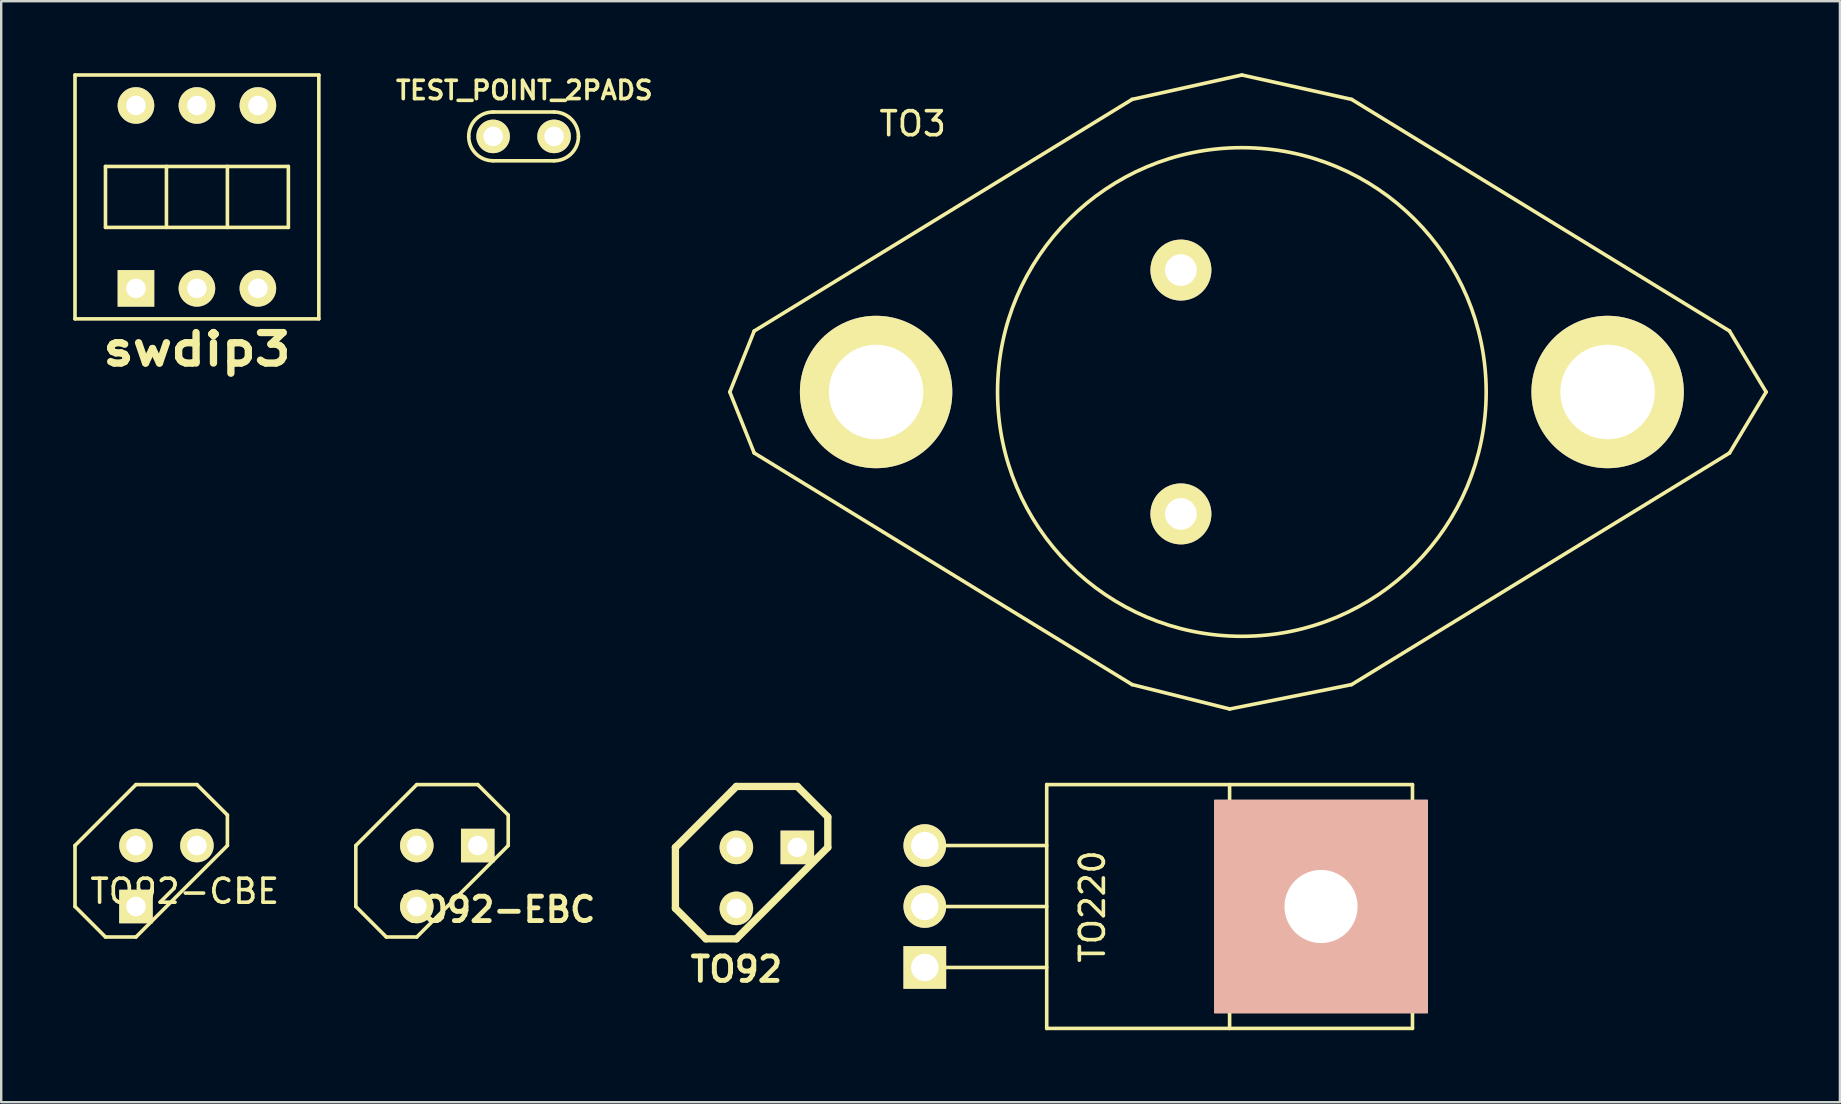
<source format=kicad_pcb>
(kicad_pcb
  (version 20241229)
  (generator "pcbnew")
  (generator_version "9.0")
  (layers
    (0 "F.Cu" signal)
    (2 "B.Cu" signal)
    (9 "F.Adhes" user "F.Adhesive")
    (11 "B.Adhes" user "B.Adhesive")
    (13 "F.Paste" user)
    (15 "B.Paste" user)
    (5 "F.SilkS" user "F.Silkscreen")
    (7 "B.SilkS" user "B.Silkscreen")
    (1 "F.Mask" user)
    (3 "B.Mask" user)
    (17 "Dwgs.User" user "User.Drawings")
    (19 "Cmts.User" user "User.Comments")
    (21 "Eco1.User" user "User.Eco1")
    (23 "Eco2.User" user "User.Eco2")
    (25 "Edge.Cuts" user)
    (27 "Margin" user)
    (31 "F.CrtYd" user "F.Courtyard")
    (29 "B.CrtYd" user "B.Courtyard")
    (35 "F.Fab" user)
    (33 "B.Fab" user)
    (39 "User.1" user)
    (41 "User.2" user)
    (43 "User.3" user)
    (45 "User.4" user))
  (footprint "TO220"
    (layer "F.Cu")
    (at 35.483 34.721)
    (property "Reference" "TO220" (at 6.985 0 90) (layer "F.SilkS") (effects (font (size 1 1) (thickness 0.15))))
    (attr through_hole)
    (fp_line (start 0 -2.54) (end 5.08 -2.54) (stroke (width 0.15) (type solid)) (layer "F.SilkS"))
    (fp_line (start 0 0) (end 5.08 0) (stroke (width 0.15) (type solid)) (layer "F.SilkS"))
    (fp_line (start 0 2.54) (end 5.08 2.54) (stroke (width 0.15) (type solid)) (layer "F.SilkS"))
    (fp_line (start 5.08 -5.08) (end 5.08 5.08) (stroke (width 0.15) (type solid)) (layer "F.SilkS"))
    (fp_line (start 5.08 5.08) (end 20.32 5.08) (stroke (width 0.15) (type solid)) (layer "F.SilkS"))
    (fp_line (start 12.7 3.81) (end 12.7 -5.08) (stroke (width 0.15) (type solid)) (layer "F.SilkS"))
    (fp_line (start 12.7 3.81) (end 12.7 5.08) (stroke (width 0.15) (type solid)) (layer "F.SilkS"))
    (fp_line (start 20.32 -5.08) (end 5.08 -5.08) (stroke (width 0.15) (type solid)) (layer "F.SilkS"))
    (fp_line (start 20.32 5.08) (end 20.32 -5.08) (stroke (width 0.15) (type solid)) (layer "F.SilkS"))
    (pad "1" thru_hole rect (at 0 2.54) (size 1.778 1.778) (drill 1.143) (layers "*.Cu" "*.Mask" "F.SilkS"))
    (pad "2" thru_hole circle (at 0 -2.54) (size 1.778 1.778) (drill 1.143) (layers "*.Cu" "*.Mask" "F.SilkS"))
    (pad "3" thru_hole circle (at 0 0) (size 1.778 1.778) (drill 1.143) (layers "*.Cu" "*.Mask" "F.SilkS"))
    (pad "4" thru_hole rect (at 16.51 0) (size 8.89 8.89) (drill 3.048) (layers "*.Cu" "*.SilkS" "*.Mask")))
  (footprint "TO3"
    (layer "F.Cu")
    (at 48.694 13.283)
    (property "Reference" "TO3" (at -13.716 -11.176 0) (layer "F.SilkS") (effects (font (size 1 1) (thickness 0.15))))
    (attr through_hole)
    (fp_line (start -21.336 0) (end -20.32 2.54) (stroke (width 0.15) (type solid)) (layer "F.SilkS"))
    (fp_line (start -20.32 -2.54) (end -21.336 0) (stroke (width 0.15) (type solid)) (layer "F.SilkS"))
    (fp_line (start -4.572 -12.192) (end -20.32 -2.54) (stroke (width 0.15) (type solid)) (layer "F.SilkS"))
    (fp_line (start -4.572 -12.192) (end 0 -13.208) (stroke (width 0.15) (type solid)) (layer "F.SilkS"))
    (fp_line (start -4.572 12.192) (end -20.32 2.54) (stroke (width 0.15) (type solid)) (layer "F.SilkS"))
    (fp_line (start -0.508 13.208) (end -4.572 12.192) (stroke (width 0.15) (type solid)) (layer "F.SilkS"))
    (fp_line (start 0 -13.208) (end 4.572 -12.192) (stroke (width 0.15) (type solid)) (layer "F.SilkS"))
    (fp_line (start 4.572 -12.192) (end 20.32 -2.54) (stroke (width 0.15) (type solid)) (layer "F.SilkS"))
    (fp_line (start 4.572 12.192) (end -0.508 13.208) (stroke (width 0.15) (type solid)) (layer "F.SilkS"))
    (fp_line (start 4.572 12.192) (end 20.32 2.54) (stroke (width 0.15) (type solid)) (layer "F.SilkS"))
    (fp_line (start 20.32 -2.54) (end 21.844 0) (stroke (width 0.15) (type solid)) (layer "F.SilkS"))
    (fp_line (start 21.844 0) (end 20.32 2.54) (stroke (width 0.15) (type solid)) (layer "F.SilkS"))
    (fp_circle (center 0 0) (end 10.16 0.635) (stroke (width 0.15) (type solid)) (fill no) (layer "F.SilkS"))
    (pad "1" thru_hole circle (at -15.24 0) (size 6.35 6.35) (drill 3.937) (layers "*.Cu" "*.Mask" "F.SilkS"))
    (pad "1" thru_hole circle (at 15.24 0) (size 6.35 6.35) (drill 3.937) (layers "*.Cu" "*.Mask" "F.SilkS"))
    (pad "2" thru_hole circle (at -2.54 -5.08) (size 2.54 2.54) (drill 1.321) (layers "*.Cu" "*.Mask" "F.SilkS"))
    (pad "3" thru_hole circle (at -2.54 5.08) (size 2.54 2.54) (drill 1.321) (layers "*.Cu" "*.Mask" "F.SilkS")))
  (footprint "TEST_POINT_2PADS"
    (layer "F.Cu")
    (at 18.766 2.633)
    (property "Reference" "TEST_POINT_2PADS" (at 0.03 -1.92 0) (layer "F.SilkS") (effects (font (size 0.762 0.762) (thickness 0.152))))
    (attr through_hole)
    (fp_line (start 1.27 -1.016) (end -1.27 -1.016) (stroke (width 0.15) (type solid)) (layer "F.SilkS"))
    (fp_line (start 1.27 1.016) (end -1.27 1.016) (stroke (width 0.15) (type solid)) (layer "F.SilkS"))
    (fp_arc (start -2.286 0) (mid -1.98842 -0.71842) (end -1.27 -1.016) (stroke (width 0.15) (type solid)) (layer "F.SilkS"))
    (fp_arc (start -1.27 1.016) (mid -1.98842 0.71842) (end -2.286 0) (stroke (width 0.15) (type solid)) (layer "F.SilkS"))
    (fp_arc (start 1.27 -1.016) (mid 1.98842 -0.71842) (end 2.286 0) (stroke (width 0.15) (type solid)) (layer "F.SilkS"))
    (fp_arc (start 2.286 0) (mid 1.98842 0.71842) (end 1.27 1.016) (stroke (width 0.15) (type solid)) (layer "F.SilkS"))
    (pad "1" thru_hole circle (at -1.27 0) (size 1.397 1.397) (drill 0.813) (layers "*.Cu" "*.Mask" "F.SilkS"))
    (pad "2" thru_hole circle (at 1.27 0) (size 1.397 1.397) (drill 0.813) (layers "*.Cu" "*.Mask" "F.SilkS")))
  (footprint "TO92"
    (layer "F.Cu")
    (at 28.902 33.528)
    (property "Reference" "TO92" (at -1.27 3.81 0) (layer "F.SilkS") (effects (font (size 1.016 1.016) (thickness 0.203))))
    (attr through_hole)
    (fp_line (start -3.81 -1.27) (end -3.81 1.27) (stroke (width 0.305) (type solid)) (layer "F.SilkS"))
    (fp_line (start -3.81 1.27) (end -2.54 2.54) (stroke (width 0.305) (type solid)) (layer "F.SilkS"))
    (fp_line (start -2.54 2.54) (end -1.27 2.54) (stroke (width 0.305) (type solid)) (layer "F.SilkS"))
    (fp_line (start -1.27 -3.81) (end -3.81 -1.27) (stroke (width 0.305) (type solid)) (layer "F.SilkS"))
    (fp_line (start -1.27 2.54) (end 2.54 -1.27) (stroke (width 0.305) (type solid)) (layer "F.SilkS"))
    (fp_line (start 1.27 -3.81) (end -1.27 -3.81) (stroke (width 0.305) (type solid)) (layer "F.SilkS"))
    (fp_line (start 2.54 -2.54) (end 1.27 -3.81) (stroke (width 0.305) (type solid)) (layer "F.SilkS"))
    (fp_line (start 2.54 -1.27) (end 2.54 -2.54) (stroke (width 0.305) (type solid)) (layer "F.SilkS"))
    (pad "1" thru_hole rect (at 1.27 -1.27) (size 1.397 1.397) (drill 0.813) (layers "*.Cu" "*.Mask" "F.SilkS"))
    (pad "2" thru_hole circle (at -1.27 -1.27) (size 1.397 1.397) (drill 0.813) (layers "*.Cu" "*.Mask" "F.SilkS"))
    (pad "3" thru_hole circle (at -1.27 1.27) (size 1.397 1.397) (drill 0.813) (layers "*.Cu" "*.Mask" "F.SilkS")))
  (footprint "swdip3"
    (layer "F.Cu")
    (at 5.155 5.155)
    (property "Reference" "swdip3" (at 0 6.35 0) (layer "F.SilkS") (effects (font (size 1.27 1.524) (thickness 0.305))))
    (attr through_hole)
    (fp_line (start -5.08 -5.08) (end 5.08 -5.08) (stroke (width 0.15) (type solid)) (layer "F.SilkS"))
    (fp_line (start -5.08 5.08) (end -5.08 -5.08) (stroke (width 0.15) (type solid)) (layer "F.SilkS"))
    (fp_line (start -3.81 -1.27) (end 3.81 -1.27) (stroke (width 0.15) (type solid)) (layer "F.SilkS"))
    (fp_line (start -3.81 1.27) (end -3.81 -1.27) (stroke (width 0.15) (type solid)) (layer "F.SilkS"))
    (fp_line (start -1.27 -1.27) (end -1.27 1.27) (stroke (width 0.15) (type solid)) (layer "F.SilkS"))
    (fp_line (start 1.27 -1.27) (end 1.27 1.27) (stroke (width 0.15) (type solid)) (layer "F.SilkS"))
    (fp_line (start 3.81 -1.27) (end 3.81 1.27) (stroke (width 0.15) (type solid)) (layer "F.SilkS"))
    (fp_line (start 3.81 1.27) (end -3.81 1.27) (stroke (width 0.15) (type solid)) (layer "F.SilkS"))
    (fp_line (start 5.08 -5.08) (end 5.08 5.08) (stroke (width 0.15) (type solid)) (layer "F.SilkS"))
    (fp_line (start 5.08 5.08) (end -5.08 5.08) (stroke (width 0.15) (type solid)) (layer "F.SilkS"))
    (pad "1" thru_hole rect (at -2.54 3.81) (size 1.524 1.524) (drill 0.813) (layers "*.Cu" "*.Mask" "F.SilkS"))
    (pad "2" thru_hole circle (at 0 3.81) (size 1.524 1.524) (drill 0.813) (layers "*.Cu" "*.Mask" "F.SilkS"))
    (pad "3" thru_hole circle (at 2.54 3.81) (size 1.524 1.524) (drill 0.813) (layers "*.Cu" "*.Mask" "F.SilkS"))
    (pad "4" thru_hole circle (at 2.54 -3.81) (size 1.524 1.524) (drill 0.813) (layers "*.Cu" "*.Mask" "F.SilkS"))
    (pad "5" thru_hole circle (at 0 -3.81) (size 1.524 1.524) (drill 0.813) (layers "*.Cu" "*.Mask" "F.SilkS"))
    (pad "6" thru_hole circle (at -2.54 -3.81) (size 1.524 1.524) (drill 0.813) (layers "*.Cu" "*.Mask" "F.SilkS")))
  (footprint "TO92-EBC"
    (layer "F.Cu")
    (at 15.586 33.451)
    (property "Reference" "TO92-EBC" (at 2.159 1.397 0) (layer "F.SilkS") (effects (font (size 1.016 1.016) (thickness 0.203))))
    (attr through_hole)
    (fp_line (start -3.81 -1.27) (end -3.81 1.27) (stroke (width 0.15) (type solid)) (layer "F.SilkS"))
    (fp_line (start -3.81 1.27) (end -2.54 2.54) (stroke (width 0.15) (type solid)) (layer "F.SilkS"))
    (fp_line (start -2.54 2.54) (end -1.27 2.54) (stroke (width 0.15) (type solid)) (layer "F.SilkS"))
    (fp_line (start -1.27 -3.81) (end -3.81 -1.27) (stroke (width 0.15) (type solid)) (layer "F.SilkS"))
    (fp_line (start -1.27 2.54) (end 2.54 -1.27) (stroke (width 0.15) (type solid)) (layer "F.SilkS"))
    (fp_line (start 1.27 -3.81) (end -1.27 -3.81) (stroke (width 0.15) (type solid)) (layer "F.SilkS"))
    (fp_line (start 2.54 -2.54) (end 1.27 -3.81) (stroke (width 0.15) (type solid)) (layer "F.SilkS"))
    (fp_line (start 2.54 -1.27) (end 2.54 -2.54) (stroke (width 0.15) (type solid)) (layer "F.SilkS"))
    (pad "B" thru_hole circle (at -1.27 -1.27) (size 1.397 1.397) (drill 0.813) (layers "*.Cu" "*.Mask" "F.SilkS"))
    (pad "C" thru_hole circle (at -1.27 1.27) (size 1.397 1.397) (drill 0.813) (layers "*.Cu" "*.Mask" "F.SilkS"))
    (pad "E" thru_hole rect (at 1.27 -1.27) (size 1.397 1.397) (drill 0.813) (layers "*.Cu" "*.Mask" "F.SilkS")))
  (footprint "TO92-CBE"
    (layer "F.Cu")
    (at 3.885 33.451)
    (property "Reference" "TO92-CBE" (at 0.762 0.635 0) (layer "F.SilkS") (effects (font (size 1 1) (thickness 0.15))))
    (attr through_hole)
    (fp_line (start -3.81 -1.27) (end -3.81 1.27) (stroke (width 0.15) (type solid)) (layer "F.SilkS"))
    (fp_line (start -3.81 1.27) (end -2.54 2.54) (stroke (width 0.15) (type solid)) (layer "F.SilkS"))
    (fp_line (start -2.54 2.54) (end -1.27 2.54) (stroke (width 0.15) (type solid)) (layer "F.SilkS"))
    (fp_line (start -1.27 -3.81) (end -3.81 -1.27) (stroke (width 0.15) (type solid)) (layer "F.SilkS"))
    (fp_line (start -1.27 2.54) (end 2.54 -1.27) (stroke (width 0.15) (type solid)) (layer "F.SilkS"))
    (fp_line (start 1.27 -3.81) (end -1.27 -3.81) (stroke (width 0.15) (type solid)) (layer "F.SilkS"))
    (fp_line (start 2.54 -2.54) (end 1.27 -3.81) (stroke (width 0.15) (type solid)) (layer "F.SilkS"))
    (fp_line (start 2.54 -1.27) (end 2.54 -2.54) (stroke (width 0.15) (type solid)) (layer "F.SilkS"))
    (pad "B" thru_hole circle (at -1.27 -1.27) (size 1.397 1.397) (drill 0.813) (layers "*.Cu" "*.Mask" "F.SilkS"))
    (pad "C" thru_hole circle (at 1.27 -1.27) (size 1.397 1.397) (drill 0.813) (layers "*.Cu" "*.Mask" "F.SilkS"))
    (pad "E" thru_hole rect (at -1.27 1.27) (size 1.397 1.397) (drill 0.813) (layers "*.Cu" "*.Mask" "F.SilkS")))
  (gr_rect
    (start -3 -3)
    (end 73.613 42.876)
    (stroke (width 0.1) (type default))
    (fill no)
    (layer "Edge.Cuts")))
</source>
